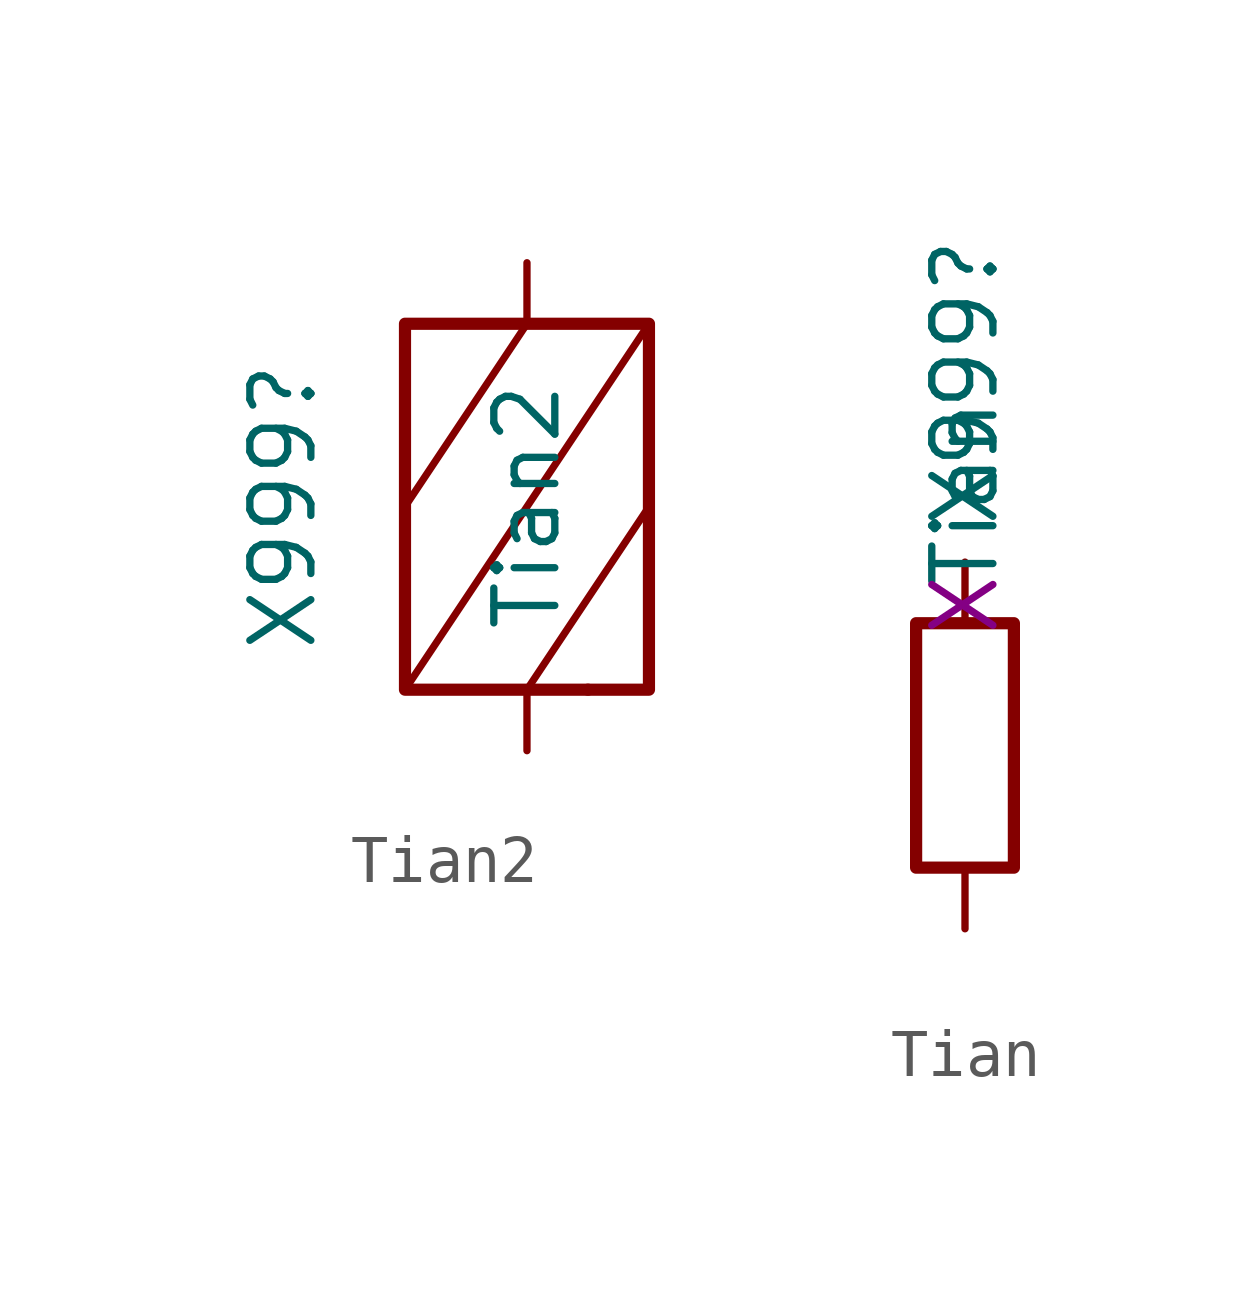
<source format=kicad_sym>
(kicad_symbol_lib
  (version 20211014)
  (generator kicad_symbol_editor)
  (symbol "Tian2"
    (pin_numbers hide)
    (pin_names
      (offset 0))
    (property "Reference" "X999"
      (at -5.08 0 90)
      (effects (font (size 1.27 1.27))))
    (property "Value" "Tian2"
      (at 0 0 90)
      (effects (font (size 1.27 1.27))))
    (symbol "Tian2_0_1"
      (rectangle (start -2.54 3.81) (end 2.54 -3.81) (stroke (width 0.254) (type default) (color 0 0 0 0)) (fill (type none)))
      (polyline (pts (xy -2.54 -3.81) (xy 2.54 3.81)) (stroke (width 0.152) (type default) (color 0 0 0 0)) (fill (type none)))
      (polyline (pts (xy -2.54 0) (xy 0 3.81)) (stroke (width 0.152) (type default) (color 0 0 0 0)) (fill (type none)))
      (polyline (pts (xy 0 -3.81) (xy 2.54 0)) (stroke (width 0.152) (type default) (color 0 0 0 0)) (fill (type none)))
      (rectangle (start 1.27 -3.81) (end 1.27 -3.81) (stroke (width 0.254) (type default) (color 0 0 0 0)) (fill (type none))))
    (symbol "Tian2_1_1"
      (pin passive line (at 0 5.08 270) (length 1.27) (name "~" (effects (font (size 1.27 1.27)))) (number "1" (effects (font (size 1.27 1.27)))))
      (pin passive line (at 0 -5.08 90) (length 1.27) (name "~" (effects (font (size 1.27 1.27)))) (number "2" (effects (font (size 1.27 1.27)))))))
  (symbol "Tian"
    (pin_numbers hide)
    (pin_names
      (offset 0))
    (property "Reference" "X999"
      (at 0 7.544 90)
      (effects (font (size 1.27 1.27))))
    (property "Value" "Tian"
      (at 0 5.232 90)
      (effects (font (size 1.27 1.27))))
    (property "Spice_Primitive" "X"
      (at 0 2.921 90)
      (effects (font (size 1.27 1.27))))
    (symbol "Tian_0_1"
      (rectangle (start -1.016 -2.54) (end 1.016 2.54) (stroke (width 0.254) (type default) (color 0 0 0 0)) (fill (type none))))
    (symbol "Tian_1_1"
      (pin passive line (at 0 3.81 270) (length 1.27) (name "~" (effects (font (size 1.27 1.27)))) (number "1" (effects (font (size 1.27 1.27)))))
      (pin passive line (at 0 -3.81 90) (length 1.27) (name "~" (effects (font (size 1.27 1.27)))) (number "2" (effects (font (size 1.27 1.27))))))))
</source>
